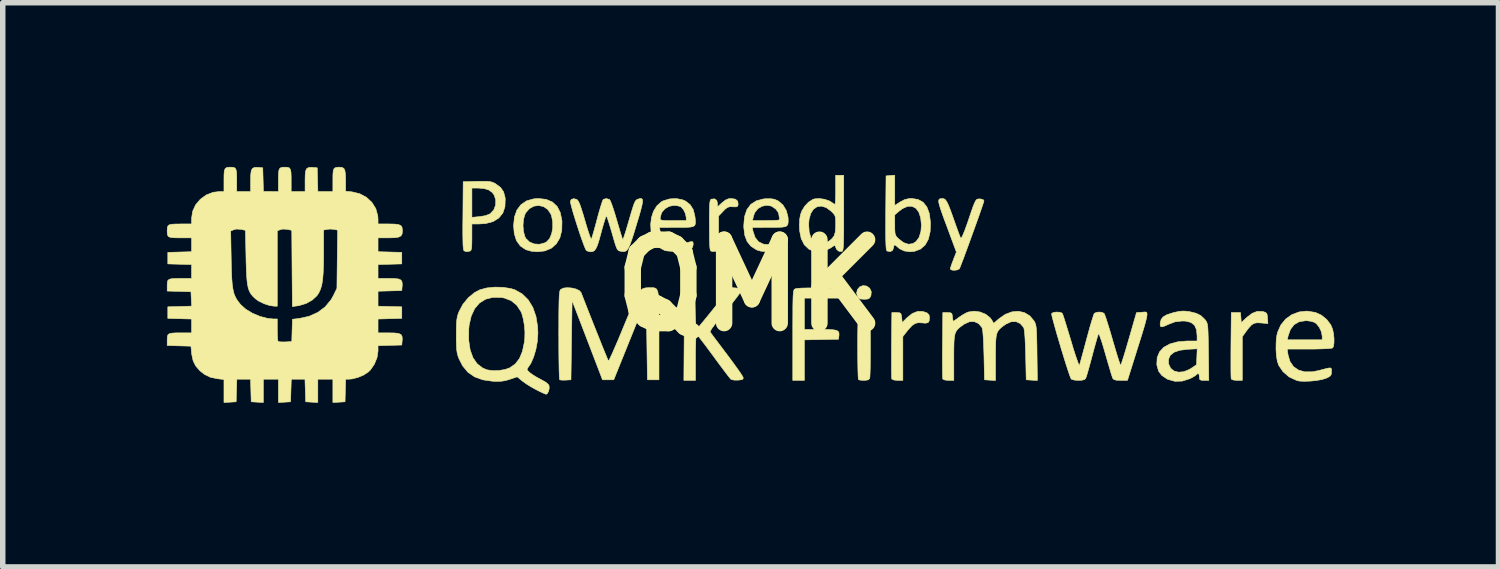
<source format=kicad_pcb>
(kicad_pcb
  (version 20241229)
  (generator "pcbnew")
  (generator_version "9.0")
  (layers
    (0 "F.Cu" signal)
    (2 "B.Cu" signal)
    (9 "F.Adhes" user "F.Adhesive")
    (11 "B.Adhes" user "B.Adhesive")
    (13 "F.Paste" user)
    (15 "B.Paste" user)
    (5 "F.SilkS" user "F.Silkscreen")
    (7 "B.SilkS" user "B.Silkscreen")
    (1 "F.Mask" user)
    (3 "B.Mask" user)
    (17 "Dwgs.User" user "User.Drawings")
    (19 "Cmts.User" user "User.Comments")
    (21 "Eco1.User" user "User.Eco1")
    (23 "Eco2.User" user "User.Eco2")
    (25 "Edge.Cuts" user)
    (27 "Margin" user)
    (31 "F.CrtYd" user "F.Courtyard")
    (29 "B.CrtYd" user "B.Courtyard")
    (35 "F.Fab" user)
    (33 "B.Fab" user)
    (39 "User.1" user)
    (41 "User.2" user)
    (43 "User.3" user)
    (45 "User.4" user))
  (footprint "QMK"
    (layer "F.Cu")
    (at 10.652 2.164)
    (property "Reference" "QMK" (at 0 0 0) (layer "F.SilkS") (effects (font (size 1.524 1.524) (thickness 0.3))))
    (attr through_hole)
    (fp_poly (pts (xy 2.131 0.012) (xy 2.188 0.052) (xy 2.217 0.114) (xy 2.211 0.185) (xy 2.206 0.2) (xy 2.183 0.234) (xy 2.149 0.25) (xy 2.088 0.254) (xy 2.086 0.254) (xy 2.02 0.249) (xy 1.983 0.231) (xy 1.968 0.211) (xy 1.949 0.14) (xy 1.964 0.076) (xy 2.006 0.027) (xy 2.066 0.004) (xy 2.131 0.012)) (stroke (width 0.01) (type solid)) (fill yes) (layer "F.SilkS"))
    (fp_poly (pts (xy 9.363 0.477) (xy 9.387 0.482) (xy 9.427 0.498) (xy 9.447 0.524) (xy 9.456 0.574) (xy 9.457 0.599) (xy 9.464 0.698) (xy 9.341 0.687) (xy 9.268 0.683) (xy 9.213 0.693) (xy 9.166 0.721) (xy 9.117 0.774) (xy 9.063 0.845) (xy 8.996 0.938) (xy 8.996 1.736) (xy 8.9 1.736) (xy 8.834 1.73) (xy 8.798 1.714) (xy 8.794 1.709) (xy 8.791 1.681) (xy 8.789 1.617) (xy 8.788 1.522) (xy 8.788 1.402) (xy 8.788 1.262) (xy 8.789 1.108) (xy 8.789 1.09) (xy 8.795 0.497) (xy 8.964 0.497) (xy 8.971 0.589) (xy 8.977 0.681) (xy 9.079 0.585) (xy 9.176 0.511) (xy 9.269 0.475) (xy 9.363 0.477)) (stroke (width 0.01) (type solid)) (fill yes) (layer "F.SilkS"))
    (fp_poly (pts (xy 1.254 0.047) (xy 1.64 0.053) (xy 1.647 0.143) (xy 1.653 0.233) (xy 0.995 0.233) (xy 0.995 0.804) (xy 1.289 0.804) (xy 1.418 0.805) (xy 1.511 0.81) (xy 1.573 0.82) (xy 1.609 0.837) (xy 1.626 0.864) (xy 1.628 0.903) (xy 1.626 0.925) (xy 1.619 0.984) (xy 1.307 0.99) (xy 0.995 0.996) (xy 0.995 1.736) (xy 0.783 1.736) (xy 0.783 0.911) (xy 0.783 0.702) (xy 0.784 0.532) (xy 0.784 0.396) (xy 0.786 0.29) (xy 0.788 0.211) (xy 0.792 0.154) (xy 0.796 0.115) (xy 0.802 0.09) (xy 0.81 0.075) (xy 0.82 0.067) (xy 0.825 0.064) (xy 0.864 0.055) (xy 0.941 0.05) (xy 1.053 0.047) (xy 1.196 0.046) (xy 1.254 0.047)) (stroke (width 0.01) (type solid)) (fill yes) (layer "F.SilkS"))
    (fp_poly (pts (xy 2.14 0.495) (xy 2.176 0.512) (xy 2.184 0.534) (xy 2.191 0.583) (xy 2.196 0.662) (xy 2.199 0.774) (xy 2.201 0.923) (xy 2.201 1.103) (xy 2.201 1.255) (xy 2.2 1.394) (xy 2.198 1.514) (xy 2.195 1.61) (xy 2.192 1.674) (xy 2.188 1.702) (xy 2.16 1.727) (xy 2.098 1.736) (xy 2.086 1.736) (xy 2.028 1.733) (xy 1.988 1.725) (xy 1.983 1.722) (xy 1.979 1.697) (xy 1.976 1.637) (xy 1.973 1.545) (xy 1.971 1.427) (xy 1.969 1.289) (xy 1.969 1.137) (xy 1.968 1.123) (xy 1.969 0.933) (xy 1.971 0.783) (xy 1.974 0.669) (xy 1.979 0.588) (xy 1.985 0.537) (xy 1.993 0.513) (xy 1.994 0.512) (xy 2.032 0.494) (xy 2.085 0.487) (xy 2.14 0.495)) (stroke (width 0.01) (type solid)) (fill yes) (layer "F.SilkS"))
    (fp_poly (pts (xy 3.159 0.477) (xy 3.233 0.501) (xy 3.271 0.536) (xy 3.281 0.583) (xy 3.275 0.649) (xy 3.253 0.682) (xy 3.204 0.691) (xy 3.154 0.686) (xy 3.079 0.682) (xy 3.02 0.695) (xy 2.964 0.732) (xy 2.903 0.798) (xy 2.878 0.828) (xy 2.794 0.935) (xy 2.794 1.736) (xy 2.698 1.736) (xy 2.633 1.73) (xy 2.596 1.714) (xy 2.592 1.709) (xy 2.589 1.681) (xy 2.588 1.617) (xy 2.586 1.522) (xy 2.586 1.402) (xy 2.586 1.262) (xy 2.587 1.108) (xy 2.587 1.09) (xy 2.593 0.497) (xy 2.678 0.497) (xy 2.731 0.5) (xy 2.757 0.514) (xy 2.768 0.551) (xy 2.773 0.589) (xy 2.783 0.68) (xy 2.867 0.594) (xy 2.966 0.514) (xy 3.066 0.475) (xy 3.159 0.477)) (stroke (width 0.01) (type solid)) (fill yes) (layer "F.SilkS"))
    (fp_poly (pts (xy -0.265 -1.575) (xy -0.223 -1.538) (xy -0.215 -1.478) (xy -0.215 -1.478) (xy -0.224 -1.447) (xy -0.248 -1.435) (xy -0.299 -1.435) (xy -0.314 -1.436) (xy -0.37 -1.437) (xy -0.411 -1.424) (xy -0.453 -1.392) (xy -0.489 -1.355) (xy -0.572 -1.268) (xy -0.572 -0.954) (xy -0.572 -0.83) (xy -0.574 -0.742) (xy -0.579 -0.684) (xy -0.586 -0.649) (xy -0.597 -0.631) (xy -0.605 -0.627) (xy -0.677 -0.617) (xy -0.714 -0.628) (xy -0.724 -0.642) (xy -0.731 -0.68) (xy -0.736 -0.745) (xy -0.739 -0.841) (xy -0.74 -0.973) (xy -0.741 -1.1) (xy -0.741 -1.253) (xy -0.739 -1.369) (xy -0.737 -1.452) (xy -0.733 -1.51) (xy -0.727 -1.546) (xy -0.718 -1.566) (xy -0.707 -1.575) (xy -0.706 -1.575) (xy -0.646 -1.581) (xy -0.606 -1.553) (xy -0.593 -1.499) (xy -0.593 -1.434) (xy -0.508 -1.511) (xy -0.445 -1.56) (xy -0.389 -1.583) (xy -0.341 -1.587) (xy -0.265 -1.575)) (stroke (width 0.01) (type solid)) (fill yes) (layer "F.SilkS"))
    (fp_poly (pts (xy -3.722 -1.571) (xy -3.609 -1.523) (xy -3.523 -1.443) (xy -3.466 -1.332) (xy -3.436 -1.188) (xy -3.434 -1.167) (xy -3.438 -1.004) (xy -3.473 -0.867) (xy -3.538 -0.758) (xy -3.63 -0.678) (xy -3.749 -0.629) (xy -3.883 -0.614) (xy -3.995 -0.624) (xy -4.091 -0.651) (xy -4.098 -0.654) (xy -4.196 -0.721) (xy -4.266 -0.818) (xy -4.306 -0.947) (xy -4.318 -1.09) (xy -4.318 -1.093) (xy -4.146 -1.093) (xy -4.137 -0.985) (xy -4.112 -0.893) (xy -4.095 -0.858) (xy -4.028 -0.793) (xy -3.941 -0.757) (xy -3.844 -0.751) (xy -3.748 -0.777) (xy -3.715 -0.795) (xy -3.66 -0.854) (xy -3.623 -0.942) (xy -3.603 -1.047) (xy -3.603 -1.158) (xy -3.624 -1.266) (xy -3.64 -1.308) (xy -3.697 -1.39) (xy -3.773 -1.44) (xy -3.86 -1.459) (xy -3.948 -1.447) (xy -4.028 -1.403) (xy -4.093 -1.33) (xy -4.112 -1.294) (xy -4.138 -1.202) (xy -4.146 -1.093) (xy -4.318 -1.093) (xy -4.303 -1.248) (xy -4.257 -1.377) (xy -4.182 -1.476) (xy -4.079 -1.545) (xy -3.949 -1.581) (xy -3.862 -1.587) (xy -3.722 -1.571)) (stroke (width 0.01) (type solid)) (fill yes) (layer "F.SilkS"))
    (fp_poly (pts (xy -4.796 -1.9) (xy -4.741 -1.894) (xy -4.699 -1.883) (xy -4.661 -1.865) (xy -4.648 -1.857) (xy -4.557 -1.79) (xy -4.501 -1.709) (xy -4.473 -1.603) (xy -4.471 -1.577) (xy -4.476 -1.437) (xy -4.515 -1.321) (xy -4.588 -1.231) (xy -4.692 -1.166) (xy -4.827 -1.13) (xy -4.946 -1.122) (xy -5.08 -1.122) (xy -5.08 -0.881) (xy -5.081 -0.773) (xy -5.084 -0.701) (xy -5.091 -0.657) (xy -5.102 -0.634) (xy -5.113 -0.627) (xy -5.18 -0.615) (xy -5.223 -0.631) (xy -5.231 -0.646) (xy -5.237 -0.68) (xy -5.242 -0.738) (xy -5.244 -0.823) (xy -5.246 -0.939) (xy -5.246 -1.09) (xy -5.244 -1.271) (xy -5.24 -1.778) (xy -5.08 -1.778) (xy -5.08 -1.243) (xy -4.941 -1.256) (xy -4.831 -1.274) (xy -4.751 -1.306) (xy -4.742 -1.312) (xy -4.68 -1.38) (xy -4.647 -1.467) (xy -4.644 -1.561) (xy -4.673 -1.65) (xy -4.71 -1.699) (xy -4.772 -1.743) (xy -4.853 -1.768) (xy -4.965 -1.778) (xy -4.987 -1.778) (xy -5.08 -1.778) (xy -5.24 -1.778) (xy -5.239 -1.894) (xy -4.985 -1.9) (xy -4.874 -1.901) (xy -4.796 -1.9)) (stroke (width 0.01) (type solid)) (fill yes) (layer "F.SilkS"))
    (fp_poly (pts (xy 3.545 -1.583) (xy 3.571 -1.565) (xy 3.597 -1.528) (xy 3.626 -1.469) (xy 3.661 -1.381) (xy 3.705 -1.26) (xy 3.725 -1.203) (xy 3.764 -1.093) (xy 3.799 -0.996) (xy 3.827 -0.92) (xy 3.846 -0.873) (xy 3.853 -0.861) (xy 3.867 -0.872) (xy 3.892 -0.923) (xy 3.929 -1.014) (xy 3.976 -1.144) (xy 4.033 -1.314) (xy 4.052 -1.369) (xy 4.081 -1.451) (xy 4.11 -1.519) (xy 4.133 -1.561) (xy 4.139 -1.567) (xy 4.176 -1.58) (xy 4.223 -1.578) (xy 4.263 -1.564) (xy 4.276 -1.545) (xy 4.269 -1.518) (xy 4.249 -1.458) (xy 4.219 -1.37) (xy 4.181 -1.261) (xy 4.136 -1.136) (xy 4.088 -1.002) (xy 4.038 -0.864) (xy 3.989 -0.729) (xy 3.942 -0.602) (xy 3.901 -0.49) (xy 3.866 -0.399) (xy 3.841 -0.335) (xy 3.827 -0.303) (xy 3.826 -0.302) (xy 3.794 -0.284) (xy 3.746 -0.276) (xy 3.697 -0.278) (xy 3.666 -0.291) (xy 3.662 -0.301) (xy 3.669 -0.333) (xy 3.688 -0.391) (xy 3.716 -0.464) (xy 3.717 -0.468) (xy 3.772 -0.609) (xy 3.598 -1.079) (xy 3.54 -1.234) (xy 3.498 -1.353) (xy 3.469 -1.442) (xy 3.452 -1.505) (xy 3.448 -1.547) (xy 3.456 -1.571) (xy 3.474 -1.583) (xy 3.502 -1.587) (xy 3.517 -1.587) (xy 3.545 -1.583)) (stroke (width 0.01) (type solid)) (fill yes) (layer "F.SilkS"))
    (fp_poly (pts (xy 2.646 -1.461) (xy 2.745 -1.524) (xy 2.826 -1.567) (xy 2.903 -1.585) (xy 2.954 -1.588) (xy 3.071 -1.57) (xy 3.164 -1.519) (xy 3.233 -1.433) (xy 3.278 -1.312) (xy 3.298 -1.157) (xy 3.299 -1.15) (xy 3.293 -0.981) (xy 3.26 -0.843) (xy 3.201 -0.737) (xy 3.116 -0.663) (xy 3.007 -0.622) (xy 2.919 -0.614) (xy 2.82 -0.629) (xy 2.734 -0.669) (xy 2.689 -0.708) (xy 2.653 -0.738) (xy 2.631 -0.729) (xy 2.625 -0.69) (xy 2.608 -0.641) (xy 2.567 -0.617) (xy 2.514 -0.625) (xy 2.503 -0.631) (xy 2.495 -0.645) (xy 2.489 -0.679) (xy 2.485 -0.735) (xy 2.482 -0.819) (xy 2.48 -0.932) (xy 2.48 -1.08) (xy 2.481 -1.266) (xy 2.481 -1.288) (xy 2.646 -1.288) (xy 2.646 -1.103) (xy 2.647 -1.014) (xy 2.651 -0.955) (xy 2.662 -0.916) (xy 2.682 -0.885) (xy 2.715 -0.852) (xy 2.807 -0.781) (xy 2.895 -0.752) (xy 2.977 -0.763) (xy 3.035 -0.801) (xy 3.091 -0.877) (xy 3.124 -0.986) (xy 3.133 -1.1) (xy 3.12 -1.233) (xy 3.086 -1.337) (xy 3.033 -1.408) (xy 2.963 -1.444) (xy 2.881 -1.444) (xy 2.79 -1.404) (xy 2.732 -1.361) (xy 2.646 -1.288) (xy 2.481 -1.288) (xy 2.481 -1.324) (xy 2.487 -2) (xy 2.566 -2.007) (xy 2.646 -2.013) (xy 2.646 -1.461)) (stroke (width 0.01) (type solid)) (fill yes) (layer "F.SilkS"))
    (fp_poly (pts (xy 0.444 -1.574) (xy 0.501 -1.55) (xy 0.519 -1.541) (xy 0.604 -1.468) (xy 0.665 -1.367) (xy 0.696 -1.247) (xy 0.699 -1.194) (xy 0.698 -1.146) (xy 0.691 -1.111) (xy 0.673 -1.086) (xy 0.638 -1.071) (xy 0.58 -1.063) (xy 0.494 -1.06) (xy 0.372 -1.059) (xy 0.323 -1.059) (xy 0.043 -1.058) (xy 0.056 -0.99) (xy 0.094 -0.877) (xy 0.156 -0.798) (xy 0.245 -0.754) (xy 0.358 -0.743) (xy 0.497 -0.766) (xy 0.528 -0.774) (xy 0.607 -0.792) (xy 0.652 -0.787) (xy 0.668 -0.758) (xy 0.662 -0.72) (xy 0.632 -0.677) (xy 0.564 -0.647) (xy 0.459 -0.627) (xy 0.37 -0.62) (xy 0.272 -0.618) (xy 0.2 -0.625) (xy 0.142 -0.641) (xy 0.116 -0.652) (xy 0.018 -0.716) (xy -0.051 -0.801) (xy -0.094 -0.913) (xy -0.112 -1.056) (xy -0.112 -1.101) (xy -0.105 -1.185) (xy 0.047 -1.185) (xy 0.301 -1.185) (xy 0.408 -1.186) (xy 0.48 -1.188) (xy 0.522 -1.193) (xy 0.541 -1.202) (xy 0.543 -1.215) (xy 0.542 -1.219) (xy 0.531 -1.269) (xy 0.529 -1.295) (xy 0.515 -1.336) (xy 0.479 -1.386) (xy 0.467 -1.399) (xy 0.391 -1.449) (xy 0.306 -1.463) (xy 0.221 -1.446) (xy 0.145 -1.401) (xy 0.088 -1.329) (xy 0.065 -1.265) (xy 0.047 -1.185) (xy -0.105 -1.185) (xy -0.098 -1.258) (xy -0.055 -1.385) (xy 0.017 -1.481) (xy 0.118 -1.545) (xy 0.246 -1.579) (xy 0.294 -1.583) (xy 0.381 -1.583) (xy 0.444 -1.574)) (stroke (width 0.01) (type solid)) (fill yes) (layer "F.SilkS"))
    (fp_poly (pts (xy -0.258 0.047) (xy -0.188 0.057) (xy -0.156 0.077) (xy -0.153 0.085) (xy -0.164 0.11) (xy -0.199 0.162) (xy -0.254 0.236) (xy -0.325 0.326) (xy -0.409 0.428) (xy -0.445 0.472) (xy -0.551 0.599) (xy -0.633 0.703) (xy -0.691 0.781) (xy -0.722 0.832) (xy -0.727 0.852) (xy -0.71 0.875) (xy -0.671 0.928) (xy -0.615 1.003) (xy -0.544 1.097) (xy -0.464 1.204) (xy -0.421 1.26) (xy -0.337 1.373) (xy -0.262 1.476) (xy -0.199 1.564) (xy -0.153 1.632) (xy -0.128 1.674) (xy -0.124 1.684) (xy -0.125 1.709) (xy -0.147 1.723) (xy -0.2 1.73) (xy -0.219 1.732) (xy -0.285 1.731) (xy -0.335 1.722) (xy -0.348 1.715) (xy -0.368 1.692) (xy -0.409 1.64) (xy -0.467 1.564) (xy -0.538 1.469) (xy -0.619 1.36) (xy -0.669 1.291) (xy -0.753 1.178) (xy -0.828 1.077) (xy -0.893 0.993) (xy -0.941 0.931) (xy -0.971 0.896) (xy -0.979 0.89) (xy -0.984 0.909) (xy -0.988 0.965) (xy -0.991 1.051) (xy -0.994 1.16) (xy -0.995 1.286) (xy -0.995 1.312) (xy -0.995 1.736) (xy -1.207 1.736) (xy -1.201 0.894) (xy -1.196 0.053) (xy -1.005 0.053) (xy -1 0.429) (xy -0.997 0.549) (xy -0.993 0.654) (xy -0.988 0.735) (xy -0.983 0.787) (xy -0.978 0.803) (xy -0.961 0.787) (xy -0.922 0.742) (xy -0.865 0.673) (xy -0.792 0.585) (xy -0.71 0.483) (xy -0.66 0.421) (xy -0.357 0.04) (xy -0.258 0.047)) (stroke (width 0.01) (type solid)) (fill yes) (layer "F.SilkS"))
    (fp_poly (pts (xy -1.229 -1.563) (xy -1.176 -1.54) (xy -1.092 -1.474) (xy -1.036 -1.385) (xy -1.006 -1.267) (xy -1 -1.219) (xy -0.996 -1.163) (xy -0.998 -1.121) (xy -1.011 -1.092) (xy -1.042 -1.074) (xy -1.095 -1.064) (xy -1.176 -1.06) (xy -1.291 -1.059) (xy -1.372 -1.059) (xy -1.654 -1.058) (xy -1.64 -0.99) (xy -1.599 -0.876) (xy -1.534 -0.797) (xy -1.444 -0.752) (xy -1.33 -0.742) (xy -1.192 -0.767) (xy -1.173 -0.772) (xy -1.101 -0.794) (xy -1.06 -0.801) (xy -1.042 -0.792) (xy -1.037 -0.765) (xy -1.037 -0.744) (xy -1.05 -0.692) (xy -1.095 -0.657) (xy -1.095 -0.656) (xy -1.154 -0.64) (xy -1.241 -0.628) (xy -1.34 -0.622) (xy -1.439 -0.623) (xy -1.522 -0.63) (xy -1.561 -0.639) (xy -1.655 -0.691) (xy -1.727 -0.773) (xy -1.778 -0.876) (xy -1.807 -0.993) (xy -1.814 -1.116) (xy -1.801 -1.22) (xy -1.641 -1.22) (xy -1.632 -1.199) (xy -1.602 -1.189) (xy -1.544 -1.185) (xy -1.452 -1.185) (xy -1.409 -1.185) (xy -1.164 -1.185) (xy -1.164 -1.239) (xy -1.178 -1.31) (xy -1.212 -1.381) (xy -1.258 -1.432) (xy -1.269 -1.439) (xy -1.316 -1.453) (xy -1.381 -1.46) (xy -1.394 -1.46) (xy -1.476 -1.444) (xy -1.552 -1.4) (xy -1.606 -1.339) (xy -1.62 -1.306) (xy -1.635 -1.254) (xy -1.641 -1.22) (xy -1.801 -1.22) (xy -1.799 -1.239) (xy -1.762 -1.353) (xy -1.702 -1.451) (xy -1.621 -1.525) (xy -1.581 -1.546) (xy -1.466 -1.58) (xy -1.344 -1.586) (xy -1.229 -1.563)) (stroke (width 0.01) (type solid)) (fill yes) (layer "F.SilkS"))
    (fp_poly (pts (xy 1.714 -1.322) (xy 1.714 -1.132) (xy 1.714 -0.98) (xy 1.712 -0.861) (xy 1.71 -0.772) (xy 1.707 -0.708) (xy 1.702 -0.666) (xy 1.696 -0.639) (xy 1.688 -0.625) (xy 1.68 -0.62) (xy 1.629 -0.621) (xy 1.586 -0.654) (xy 1.567 -0.695) (xy 1.559 -0.722) (xy 1.544 -0.728) (xy 1.514 -0.711) (xy 1.475 -0.684) (xy 1.378 -0.636) (xy 1.27 -0.615) (xy 1.164 -0.624) (xy 1.079 -0.66) (xy 0.994 -0.741) (xy 0.937 -0.854) (xy 0.908 -0.997) (xy 0.904 -1.087) (xy 0.905 -1.113) (xy 1.073 -1.113) (xy 1.083 -0.974) (xy 1.115 -0.869) (xy 1.17 -0.798) (xy 1.193 -0.781) (xy 1.276 -0.752) (xy 1.365 -0.765) (xy 1.444 -0.808) (xy 1.502 -0.856) (xy 1.539 -0.907) (xy 1.559 -0.973) (xy 1.566 -1.065) (xy 1.566 -1.109) (xy 1.566 -1.193) (xy 1.561 -1.248) (xy 1.547 -1.285) (xy 1.521 -1.319) (xy 1.484 -1.355) (xy 1.393 -1.422) (xy 1.306 -1.448) (xy 1.227 -1.437) (xy 1.16 -1.391) (xy 1.11 -1.312) (xy 1.08 -1.203) (xy 1.073 -1.113) (xy 0.905 -1.113) (xy 0.908 -1.203) (xy 0.924 -1.292) (xy 0.946 -1.356) (xy 1 -1.445) (xy 1.071 -1.52) (xy 1.149 -1.57) (xy 1.178 -1.58) (xy 1.265 -1.587) (xy 1.363 -1.573) (xy 1.451 -1.543) (xy 1.478 -1.527) (xy 1.522 -1.497) (xy 1.551 -1.482) (xy 1.554 -1.482) (xy 1.559 -1.501) (xy 1.562 -1.556) (xy 1.565 -1.636) (xy 1.566 -1.735) (xy 1.566 -1.746) (xy 1.566 -2.011) (xy 1.714 -2.011) (xy 1.714 -1.322)) (stroke (width 0.01) (type solid)) (fill yes) (layer "F.SilkS"))
    (fp_poly (pts (xy 10.33 0.494) (xy 10.334 0.495) (xy 10.443 0.545) (xy 10.539 0.624) (xy 10.613 0.721) (xy 10.646 0.802) (xy 10.664 0.888) (xy 10.672 0.977) (xy 10.671 1.057) (xy 10.661 1.117) (xy 10.645 1.144) (xy 10.615 1.15) (xy 10.55 1.156) (xy 10.457 1.16) (xy 10.344 1.163) (xy 10.216 1.164) (xy 10.216 1.164) (xy 9.817 1.164) (xy 9.831 1.265) (xy 9.867 1.39) (xy 9.932 1.485) (xy 10.023 1.548) (xy 10.139 1.58) (xy 10.278 1.579) (xy 10.394 1.556) (xy 10.494 1.529) (xy 10.56 1.513) (xy 10.6 1.508) (xy 10.619 1.515) (xy 10.625 1.534) (xy 10.626 1.567) (xy 10.626 1.576) (xy 10.622 1.623) (xy 10.606 1.653) (xy 10.566 1.679) (xy 10.525 1.698) (xy 10.452 1.72) (xy 10.352 1.738) (xy 10.242 1.749) (xy 10.134 1.753) (xy 10.042 1.749) (xy 9.991 1.738) (xy 9.85 1.672) (xy 9.738 1.575) (xy 9.661 1.46) (xy 9.636 1.386) (xy 9.619 1.282) (xy 9.612 1.162) (xy 9.614 1.04) (xy 9.618 0.995) (xy 9.818 0.995) (xy 10.456 0.995) (xy 10.456 0.93) (xy 10.442 0.849) (xy 10.403 0.767) (xy 10.351 0.701) (xy 10.317 0.677) (xy 10.261 0.658) (xy 10.186 0.647) (xy 10.152 0.646) (xy 10.036 0.664) (xy 9.944 0.717) (xy 9.876 0.804) (xy 9.833 0.925) (xy 9.833 0.926) (xy 9.818 0.995) (xy 9.618 0.995) (xy 9.625 0.927) (xy 9.64 0.859) (xy 9.7 0.724) (xy 9.789 0.615) (xy 9.903 0.534) (xy 10.035 0.485) (xy 10.179 0.47) (xy 10.33 0.494)) (stroke (width 0.01) (type solid)) (fill yes) (layer "F.SilkS"))
    (fp_poly (pts (xy -3.255 0.048) (xy -3.177 0.067) (xy -3.115 0.097) (xy -3.085 0.132) (xy -3.016 0.309) (xy -2.946 0.487) (xy -2.877 0.661) (xy -2.812 0.825) (xy -2.751 0.977) (xy -2.698 1.111) (xy -2.652 1.223) (xy -2.617 1.308) (xy -2.594 1.362) (xy -2.585 1.381) (xy -2.574 1.366) (xy -2.549 1.316) (xy -2.512 1.236) (xy -2.466 1.13) (xy -2.411 1.004) (xy -2.351 0.86) (xy -2.317 0.777) (xy -2.232 0.573) (xy -2.16 0.403) (xy -2.099 0.269) (xy -2.052 0.173) (xy -2.018 0.114) (xy -2.007 0.101) (xy -1.962 0.063) (xy -1.91 0.046) (xy -1.847 0.042) (xy -1.801 0.042) (xy -1.764 0.043) (xy -1.734 0.049) (xy -1.71 0.064) (xy -1.692 0.093) (xy -1.679 0.137) (xy -1.671 0.203) (xy -1.665 0.292) (xy -1.663 0.41) (xy -1.662 0.559) (xy -1.661 0.744) (xy -1.662 0.914) (xy -1.662 1.725) (xy -1.873 1.725) (xy -1.884 0.988) (xy -1.894 0.251) (xy -2.191 0.988) (xy -2.488 1.725) (xy -2.694 1.725) (xy -2.971 1.001) (xy -3.249 0.278) (xy -3.26 1.001) (xy -3.27 1.725) (xy -3.366 1.731) (xy -3.427 1.732) (xy -3.469 1.727) (xy -3.477 1.723) (xy -3.481 1.699) (xy -3.484 1.637) (xy -3.487 1.543) (xy -3.489 1.42) (xy -3.491 1.274) (xy -3.492 1.11) (xy -3.492 0.931) (xy -3.493 0.908) (xy -3.492 0.7) (xy -3.492 0.53) (xy -3.49 0.395) (xy -3.488 0.29) (xy -3.485 0.211) (xy -3.481 0.154) (xy -3.476 0.116) (xy -3.469 0.092) (xy -3.461 0.077) (xy -3.459 0.076) (xy -3.409 0.05) (xy -3.337 0.042) (xy -3.255 0.048)) (stroke (width 0.01) (type solid)) (fill yes) (layer "F.SilkS"))
    (fp_poly (pts (xy 8.004 0.476) (xy 8.04 0.482) (xy 8.154 0.51) (xy 8.239 0.553) (xy 8.309 0.619) (xy 8.328 0.643) (xy 8.341 0.664) (xy 8.352 0.688) (xy 8.36 0.722) (xy 8.366 0.771) (xy 8.37 0.84) (xy 8.373 0.936) (xy 8.376 1.062) (xy 8.378 1.219) (xy 8.384 1.736) (xy 8.298 1.736) (xy 8.244 1.733) (xy 8.219 1.72) (xy 8.213 1.687) (xy 8.213 1.672) (xy 8.205 1.624) (xy 8.185 1.609) (xy 8.159 1.632) (xy 8.158 1.632) (xy 8.132 1.653) (xy 8.08 1.684) (xy 8.035 1.706) (xy 7.899 1.749) (xy 7.764 1.753) (xy 7.636 1.717) (xy 7.62 1.709) (xy 7.525 1.645) (xy 7.466 1.566) (xy 7.437 1.463) (xy 7.434 1.441) (xy 7.439 1.354) (xy 7.647 1.354) (xy 7.651 1.438) (xy 7.687 1.515) (xy 7.749 1.565) (xy 7.831 1.586) (xy 7.925 1.578) (xy 8.025 1.538) (xy 8.057 1.519) (xy 8.16 1.45) (xy 8.166 1.304) (xy 8.172 1.159) (xy 7.996 1.168) (xy 7.853 1.186) (xy 7.747 1.223) (xy 7.678 1.28) (xy 7.647 1.354) (xy 7.439 1.354) (xy 7.441 1.318) (xy 7.484 1.215) (xy 7.561 1.131) (xy 7.673 1.07) (xy 7.816 1.031) (xy 7.989 1.016) (xy 8.005 1.016) (xy 8.17 1.016) (xy 8.17 0.922) (xy 8.159 0.808) (xy 8.122 0.727) (xy 8.057 0.677) (xy 7.961 0.653) (xy 7.897 0.651) (xy 7.768 0.666) (xy 7.658 0.707) (xy 7.578 0.743) (xy 7.529 0.758) (xy 7.503 0.752) (xy 7.495 0.723) (xy 7.497 0.685) (xy 7.513 0.623) (xy 7.551 0.575) (xy 7.619 0.536) (xy 7.721 0.503) (xy 7.755 0.494) (xy 7.848 0.474) (xy 7.923 0.469) (xy 8.004 0.476)) (stroke (width 0.01) (type solid)) (fill yes) (layer "F.SilkS"))
    (fp_poly (pts (xy 4.205 0.486) (xy 4.307 0.527) (xy 4.388 0.591) (xy 4.419 0.633) (xy 4.454 0.694) (xy 4.546 0.613) (xy 4.664 0.53) (xy 4.786 0.484) (xy 4.905 0.473) (xy 5.016 0.498) (xy 5.114 0.557) (xy 5.193 0.652) (xy 5.195 0.656) (xy 5.209 0.683) (xy 5.22 0.713) (xy 5.228 0.752) (xy 5.234 0.807) (xy 5.238 0.882) (xy 5.241 0.985) (xy 5.244 1.12) (xy 5.245 1.234) (xy 5.252 1.738) (xy 5.15 1.732) (xy 5.048 1.725) (xy 5.038 1.27) (xy 5.032 1.089) (xy 5.025 0.948) (xy 5.017 0.848) (xy 5.007 0.787) (xy 5 0.768) (xy 4.939 0.697) (xy 4.861 0.662) (xy 4.772 0.665) (xy 4.679 0.707) (xy 4.663 0.717) (xy 4.606 0.759) (xy 4.563 0.796) (xy 4.532 0.835) (xy 4.511 0.881) (xy 4.498 0.942) (xy 4.491 1.024) (xy 4.488 1.134) (xy 4.487 1.278) (xy 4.487 1.316) (xy 4.487 1.738) (xy 4.387 1.732) (xy 4.286 1.725) (xy 4.276 1.27) (xy 4.27 1.089) (xy 4.263 0.948) (xy 4.255 0.848) (xy 4.245 0.787) (xy 4.238 0.768) (xy 4.177 0.697) (xy 4.099 0.662) (xy 4.01 0.665) (xy 3.917 0.707) (xy 3.901 0.717) (xy 3.844 0.759) (xy 3.801 0.796) (xy 3.77 0.835) (xy 3.749 0.881) (xy 3.736 0.942) (xy 3.729 1.025) (xy 3.726 1.135) (xy 3.725 1.279) (xy 3.725 1.315) (xy 3.725 1.736) (xy 3.629 1.736) (xy 3.564 1.73) (xy 3.527 1.714) (xy 3.523 1.709) (xy 3.521 1.681) (xy 3.519 1.617) (xy 3.518 1.522) (xy 3.517 1.402) (xy 3.517 1.262) (xy 3.518 1.108) (xy 3.519 1.09) (xy 3.524 0.497) (xy 3.609 0.497) (xy 3.663 0.5) (xy 3.689 0.515) (xy 3.698 0.554) (xy 3.7 0.577) (xy 3.707 0.628) (xy 3.714 0.655) (xy 3.716 0.656) (xy 3.736 0.644) (xy 3.779 0.614) (xy 3.819 0.584) (xy 3.888 0.538) (xy 3.959 0.499) (xy 3.991 0.487) (xy 4.096 0.471) (xy 4.205 0.486)) (stroke (width 0.01) (type solid)) (fill yes) (layer "F.SilkS"))
    (fp_poly (pts (xy -4.508 0.036) (xy -4.366 0.059) (xy -4.294 0.081) (xy -4.161 0.156) (xy -4.051 0.264) (xy -3.967 0.402) (xy -3.909 0.568) (xy -3.878 0.76) (xy -3.874 0.877) (xy -3.884 1.023) (xy -3.911 1.171) (xy -3.952 1.309) (xy -4.003 1.426) (xy -4.057 1.505) (xy -4.072 1.531) (xy -4.063 1.555) (xy -4.026 1.591) (xy -4.018 1.598) (xy -3.962 1.638) (xy -3.886 1.684) (xy -3.815 1.722) (xy -3.73 1.769) (xy -3.682 1.811) (xy -3.669 1.837) (xy -3.668 1.888) (xy -3.681 1.94) (xy -3.704 1.979) (xy -3.724 1.99) (xy -3.751 1.98) (xy -3.805 1.956) (xy -3.877 1.921) (xy -3.906 1.906) (xy -3.996 1.856) (xy -4.083 1.802) (xy -4.152 1.753) (xy -4.16 1.747) (xy -4.252 1.671) (xy -4.386 1.716) (xy -4.468 1.74) (xy -4.546 1.752) (xy -4.636 1.754) (xy -4.699 1.752) (xy -4.88 1.726) (xy -5.03 1.672) (xy -5.153 1.587) (xy -5.25 1.47) (xy -5.315 1.342) (xy -5.335 1.288) (xy -5.349 1.235) (xy -5.358 1.175) (xy -5.362 1.099) (xy -5.364 1.004) (xy -5.138 1.004) (xy -5.112 1.178) (xy -5.061 1.321) (xy -4.984 1.432) (xy -4.882 1.511) (xy -4.804 1.543) (xy -4.705 1.558) (xy -4.589 1.556) (xy -4.474 1.537) (xy -4.387 1.506) (xy -4.288 1.436) (xy -4.211 1.337) (xy -4.157 1.207) (xy -4.122 1.043) (xy -4.114 0.973) (xy -4.111 0.856) (xy -4.121 0.73) (xy -4.142 0.61) (xy -4.17 0.509) (xy -4.184 0.478) (xy -4.262 0.361) (xy -4.363 0.279) (xy -4.489 0.231) (xy -4.546 0.221) (xy -4.697 0.219) (xy -4.83 0.253) (xy -4.941 0.322) (xy -5.029 0.425) (xy -5.092 0.56) (xy -5.13 0.725) (xy -5.137 0.8) (xy -5.138 1.004) (xy -5.364 1.004) (xy -5.364 0.996) (xy -5.365 0.91) (xy -5.364 0.785) (xy -5.361 0.692) (xy -5.355 0.623) (xy -5.345 0.567) (xy -5.329 0.514) (xy -5.314 0.477) (xy -5.243 0.344) (xy -5.145 0.225) (xy -5.03 0.131) (xy -4.935 0.081) (xy -4.808 0.047) (xy -4.661 0.032) (xy -4.508 0.036)) (stroke (width 0.01) (type solid)) (fill yes) (layer "F.SilkS"))
    (fp_poly (pts (xy -1.981 -1.586) (xy -1.965 -1.571) (xy -1.961 -1.535) (xy -1.97 -1.476) (xy -1.991 -1.389) (xy -2.024 -1.27) (xy -2.071 -1.116) (xy -2.076 -1.099) (xy -2.123 -0.944) (xy -2.162 -0.825) (xy -2.194 -0.738) (xy -2.222 -0.678) (xy -2.249 -0.641) (xy -2.278 -0.622) (xy -2.31 -0.617) (xy -2.349 -0.621) (xy -2.359 -0.623) (xy -2.386 -0.629) (xy -2.406 -0.639) (xy -2.424 -0.66) (xy -2.442 -0.699) (xy -2.463 -0.76) (xy -2.49 -0.85) (xy -2.519 -0.953) (xy -2.551 -1.061) (xy -2.58 -1.154) (xy -2.603 -1.224) (xy -2.619 -1.263) (xy -2.623 -1.27) (xy -2.633 -1.251) (xy -2.651 -1.197) (xy -2.676 -1.117) (xy -2.704 -1.018) (xy -2.719 -0.962) (xy -2.754 -0.834) (xy -2.783 -0.741) (xy -2.81 -0.679) (xy -2.836 -0.64) (xy -2.865 -0.621) (xy -2.902 -0.614) (xy -2.916 -0.614) (xy -2.966 -0.626) (xy -2.991 -0.64) (xy -3.005 -0.666) (xy -3.03 -0.726) (xy -3.061 -0.811) (xy -3.098 -0.915) (xy -3.136 -1.03) (xy -3.174 -1.148) (xy -3.21 -1.263) (xy -3.241 -1.367) (xy -3.264 -1.452) (xy -3.278 -1.512) (xy -3.281 -1.533) (xy -3.264 -1.57) (xy -3.221 -1.584) (xy -3.168 -1.572) (xy -3.149 -1.557) (xy -3.129 -1.527) (xy -3.107 -1.478) (xy -3.081 -1.402) (xy -3.047 -1.295) (xy -3.016 -1.189) (xy -2.982 -1.074) (xy -2.951 -0.976) (xy -2.925 -0.9) (xy -2.906 -0.854) (xy -2.898 -0.842) (xy -2.889 -0.867) (xy -2.871 -0.925) (xy -2.846 -1.011) (xy -2.817 -1.116) (xy -2.793 -1.206) (xy -2.762 -1.322) (xy -2.732 -1.424) (xy -2.707 -1.504) (xy -2.688 -1.556) (xy -2.679 -1.571) (xy -2.625 -1.586) (xy -2.566 -1.57) (xy -2.565 -1.569) (xy -2.55 -1.544) (xy -2.526 -1.484) (xy -2.496 -1.398) (xy -2.463 -1.293) (xy -2.435 -1.198) (xy -2.401 -1.082) (xy -2.371 -0.981) (xy -2.346 -0.901) (xy -2.33 -0.85) (xy -2.323 -0.834) (xy -2.315 -0.851) (xy -2.297 -0.901) (xy -2.271 -0.98) (xy -2.241 -1.081) (xy -2.209 -1.19) (xy -2.171 -1.321) (xy -2.142 -1.417) (xy -2.119 -1.484) (xy -2.1 -1.528) (xy -2.082 -1.554) (xy -2.063 -1.569) (xy -2.047 -1.575) (xy -2.008 -1.587) (xy -1.981 -1.586)) (stroke (width 0.01) (type solid)) (fill yes) (layer "F.SilkS"))
    (fp_poly (pts (xy 7.237 0.488) (xy 7.25 0.498) (xy 7.256 0.518) (xy 7.254 0.553) (xy 7.244 0.606) (xy 7.226 0.679) (xy 7.198 0.776) (xy 7.16 0.902) (xy 7.111 1.058) (xy 7.051 1.249) (xy 6.993 1.434) (xy 6.898 1.736) (xy 6.773 1.736) (xy 6.697 1.733) (xy 6.653 1.722) (xy 6.631 1.701) (xy 6.629 1.699) (xy 6.618 1.667) (xy 6.597 1.602) (xy 6.57 1.51) (xy 6.537 1.399) (xy 6.501 1.274) (xy 6.498 1.264) (xy 6.463 1.143) (xy 6.431 1.038) (xy 6.403 0.956) (xy 6.383 0.902) (xy 6.371 0.882) (xy 6.37 0.883) (xy 6.36 0.908) (xy 6.342 0.967) (xy 6.317 1.054) (xy 6.287 1.161) (xy 6.255 1.281) (xy 6.222 1.404) (xy 6.192 1.514) (xy 6.166 1.605) (xy 6.146 1.669) (xy 6.135 1.699) (xy 6.111 1.722) (xy 6.064 1.733) (xy 6.003 1.736) (xy 5.931 1.731) (xy 5.882 1.718) (xy 5.869 1.709) (xy 5.855 1.68) (xy 5.833 1.617) (xy 5.803 1.527) (xy 5.767 1.416) (xy 5.728 1.29) (xy 5.687 1.156) (xy 5.647 1.02) (xy 5.608 0.888) (xy 5.574 0.767) (xy 5.545 0.663) (xy 5.524 0.583) (xy 5.513 0.531) (xy 5.512 0.516) (xy 5.539 0.497) (xy 5.59 0.488) (xy 5.647 0.489) (xy 5.693 0.501) (xy 5.708 0.513) (xy 5.719 0.54) (xy 5.74 0.602) (xy 5.768 0.692) (xy 5.803 0.805) (xy 5.842 0.934) (xy 5.867 1.016) (xy 5.906 1.148) (xy 5.943 1.264) (xy 5.975 1.357) (xy 5.999 1.424) (xy 6.015 1.458) (xy 6.02 1.46) (xy 6.029 1.431) (xy 6.047 1.368) (xy 6.072 1.276) (xy 6.103 1.163) (xy 6.137 1.035) (xy 6.151 0.984) (xy 6.187 0.852) (xy 6.22 0.733) (xy 6.25 0.634) (xy 6.273 0.561) (xy 6.288 0.519) (xy 6.291 0.513) (xy 6.326 0.495) (xy 6.38 0.487) (xy 6.382 0.487) (xy 6.436 0.494) (xy 6.472 0.513) (xy 6.472 0.513) (xy 6.484 0.541) (xy 6.506 0.602) (xy 6.535 0.693) (xy 6.57 0.805) (xy 6.608 0.934) (xy 6.627 1) (xy 6.666 1.132) (xy 6.701 1.249) (xy 6.731 1.346) (xy 6.755 1.417) (xy 6.769 1.455) (xy 6.773 1.46) (xy 6.782 1.441) (xy 6.801 1.386) (xy 6.828 1.302) (xy 6.861 1.194) (xy 6.898 1.068) (xy 6.924 0.979) (xy 7.063 0.497) (xy 7.161 0.491) (xy 7.192 0.488) (xy 7.217 0.486) (xy 7.237 0.488)) (stroke (width 0.01) (type solid)) (fill yes) (layer "F.SilkS"))
    (fp_poly (pts (xy -7.449 -2.154) (xy -7.417 -2.134) (xy -7.399 -2.092) (xy -7.39 -2.022) (xy -7.387 -1.917) (xy -7.387 -1.914) (xy -7.387 -1.72) (xy -7.273 -1.709) (xy -7.13 -1.675) (xy -7.006 -1.609) (xy -6.906 -1.515) (xy -6.835 -1.4) (xy -6.799 -1.267) (xy -6.795 -1.204) (xy -6.795 -1.122) (xy -6.598 -1.122) (xy -6.492 -1.12) (xy -6.421 -1.111) (xy -6.378 -1.093) (xy -6.357 -1.061) (xy -6.35 -1.011) (xy -6.35 -0.991) (xy -6.355 -0.939) (xy -6.376 -0.904) (xy -6.418 -0.882) (xy -6.488 -0.871) (xy -6.592 -0.868) (xy -6.613 -0.868) (xy -6.795 -0.868) (xy -6.795 -0.742) (xy -6.795 -0.615) (xy -6.578 -0.609) (xy -6.361 -0.603) (xy -6.361 -0.392) (xy -6.578 -0.386) (xy -6.795 -0.38) (xy -6.795 -0.253) (xy -6.795 -0.127) (xy -6.596 -0.127) (xy -6.489 -0.125) (xy -6.417 -0.116) (xy -6.375 -0.096) (xy -6.356 -0.062) (xy -6.352 -0.009) (xy -6.354 0.014) (xy -6.361 0.095) (xy -6.578 0.101) (xy -6.795 0.107) (xy -6.795 0.243) (xy -6.795 0.38) (xy -6.361 0.392) (xy -6.361 0.603) (xy -6.795 0.615) (xy -6.795 0.868) (xy -6.596 0.868) (xy -6.489 0.87) (xy -6.417 0.879) (xy -6.375 0.899) (xy -6.356 0.933) (xy -6.352 0.986) (xy -6.354 1.009) (xy -6.361 1.09) (xy -6.795 1.102) (xy -6.795 1.202) (xy -6.813 1.32) (xy -6.862 1.44) (xy -6.934 1.545) (xy -6.971 1.581) (xy -7.054 1.636) (xy -7.159 1.681) (xy -7.267 1.709) (xy -7.327 1.714) (xy -7.386 1.714) (xy -7.398 2.127) (xy -7.509 2.134) (xy -7.62 2.14) (xy -7.62 1.714) (xy -7.895 1.714) (xy -7.895 2.14) (xy -8.006 2.134) (xy -8.117 2.127) (xy -8.13 1.714) (xy -8.38 1.714) (xy -8.393 2.127) (xy -8.504 2.134) (xy -8.615 2.14) (xy -8.615 1.714) (xy -8.89 1.714) (xy -8.89 2.14) (xy -9.001 2.134) (xy -9.112 2.127) (xy -9.118 1.921) (xy -9.124 1.714) (xy -9.375 1.714) (xy -9.387 2.127) (xy -9.499 2.134) (xy -9.61 2.14) (xy -9.61 1.72) (xy -9.728 1.706) (xy -9.858 1.679) (xy -9.966 1.627) (xy -10.051 1.559) (xy -10.126 1.473) (xy -10.173 1.379) (xy -10.198 1.263) (xy -10.201 1.238) (xy -10.213 1.111) (xy -10.43 1.105) (xy -10.647 1.099) (xy -10.647 0.996) (xy -10.645 0.942) (xy -10.635 0.906) (xy -10.61 0.884) (xy -10.563 0.873) (xy -10.487 0.868) (xy -10.391 0.868) (xy -10.202 0.868) (xy -10.202 0.615) (xy -10.636 0.603) (xy -10.636 0.392) (xy -10.418 0.386) (xy -10.2 0.379) (xy -10.207 0.248) (xy -10.213 0.116) (xy -10.43 0.11) (xy -10.647 0.104) (xy -10.647 0.002) (xy -10.645 -0.052) (xy -10.635 -0.089) (xy -10.61 -0.111) (xy -10.563 -0.122) (xy -10.487 -0.126) (xy -10.391 -0.127) (xy -10.202 -0.127) (xy -10.202 -0.38) (xy -10.636 -0.392) (xy -10.636 -0.603) (xy -10.419 -0.609) (xy -10.202 -0.615) (xy -10.202 -0.868) (xy -10.391 -0.868) (xy -10.499 -0.869) (xy -10.571 -0.874) (xy -10.615 -0.886) (xy -10.637 -0.91) (xy -10.646 -0.948) (xy -10.647 -0.994) (xy -9.487 -0.994) (xy -9.478 -0.481) (xy -9.474 -0.294) (xy -9.468 -0.143) (xy -9.459 -0.022) (xy -9.445 0.074) (xy -9.426 0.152) (xy -9.399 0.217) (xy -9.365 0.275) (xy -9.32 0.333) (xy -9.305 0.352) (xy -9.213 0.434) (xy -9.092 0.508) (xy -8.955 0.566) (xy -8.815 0.603) (xy -8.706 0.614) (xy -8.636 0.614) (xy -8.636 0.811) (xy -8.634 0.899) (xy -8.63 0.97) (xy -8.625 1.015) (xy -8.621 1.024) (xy -8.593 1.031) (xy -8.537 1.034) (xy -8.489 1.033) (xy -8.371 1.027) (xy -8.359 0.619) (xy -8.244 0.606) (xy -8.058 0.566) (xy -7.896 0.494) (xy -7.76 0.392) (xy -7.653 0.262) (xy -7.616 0.197) (xy -7.546 0.054) (xy -7.54 -0.478) (xy -7.533 -1.01) (xy -7.598 -1.023) (xy -7.668 -1.029) (xy -7.726 -1.023) (xy -7.789 -1.011) (xy -7.789 -0.573) (xy -7.791 -0.383) (xy -7.797 -0.228) (xy -7.807 -0.105) (xy -7.823 -0.007) (xy -7.846 0.071) (xy -7.876 0.136) (xy -7.913 0.191) (xy -7.998 0.269) (xy -8.11 0.331) (xy -8.236 0.369) (xy -8.26 0.373) (xy -8.36 0.387) (xy -8.366 -0.309) (xy -8.371 -1.005) (xy -8.445 -1.023) (xy -8.531 -1.029) (xy -8.578 -1.019) (xy -8.636 -0.996) (xy -8.636 0.381) (xy -8.685 0.381) (xy -8.775 0.368) (xy -8.877 0.335) (xy -8.973 0.289) (xy -9.031 0.248) (xy -9.079 0.203) (xy -9.117 0.158) (xy -9.146 0.107) (xy -9.167 0.045) (xy -9.183 -0.035) (xy -9.193 -0.138) (xy -9.2 -0.269) (xy -9.206 -0.435) (xy -9.207 -0.508) (xy -9.218 -1.005) (xy -9.292 -1.023) (xy -9.381 -1.029) (xy -9.426 -1.018) (xy -9.487 -0.994) (xy -10.647 -0.994) (xy -10.647 -0.995) (xy -10.645 -1.048) (xy -10.635 -1.084) (xy -10.61 -1.106) (xy -10.563 -1.117) (xy -10.486 -1.121) (xy -10.391 -1.122) (xy -10.202 -1.122) (xy -10.202 -1.224) (xy -10.182 -1.354) (xy -10.127 -1.473) (xy -10.041 -1.574) (xy -9.933 -1.652) (xy -9.807 -1.701) (xy -9.692 -1.714) (xy -9.61 -1.714) (xy -9.61 -1.924) (xy -9.609 -2.026) (xy -9.603 -2.094) (xy -9.588 -2.133) (xy -9.562 -2.152) (xy -9.521 -2.159) (xy -9.493 -2.159) (xy -9.443 -2.157) (xy -9.409 -2.145) (xy -9.39 -2.116) (xy -9.38 -2.064) (xy -9.377 -1.979) (xy -9.377 -1.924) (xy -9.377 -1.714) (xy -9.123 -1.714) (xy -9.123 -1.913) (xy -9.121 -2.02) (xy -9.112 -2.092) (xy -9.092 -2.134) (xy -9.057 -2.153) (xy -9.005 -2.157) (xy -8.981 -2.155) (xy -8.901 -2.148) (xy -8.889 -1.715) (xy -8.752 -1.715) (xy -8.615 -1.714) (xy -8.615 -1.924) (xy -8.614 -2.026) (xy -8.608 -2.094) (xy -8.594 -2.133) (xy -8.568 -2.152) (xy -8.526 -2.159) (xy -8.498 -2.159) (xy -8.448 -2.157) (xy -8.414 -2.145) (xy -8.395 -2.116) (xy -8.385 -2.064) (xy -8.382 -1.979) (xy -8.382 -1.924) (xy -8.382 -1.714) (xy -8.128 -1.714) (xy -8.128 -1.913) (xy -8.126 -2.02) (xy -8.117 -2.092) (xy -8.097 -2.134) (xy -8.063 -2.153) (xy -8.01 -2.157) (xy -7.987 -2.155) (xy -7.906 -2.148) (xy -7.9 -1.931) (xy -7.894 -1.714) (xy -7.62 -1.714) (xy -7.62 -1.924) (xy -7.619 -2.026) (xy -7.613 -2.094) (xy -7.599 -2.133) (xy -7.572 -2.152) (xy -7.528 -2.159) (xy -7.496 -2.159) (xy -7.449 -2.154)) (stroke (width 0.01) (type solid)) (fill yes) (layer "F.SilkS")))
  (gr_rect
    (start -3 -3)
    (end 24.329 7.309)
    (stroke (width 0.1) (type default))
    (fill no)
    (layer "Edge.Cuts")))
</source>
